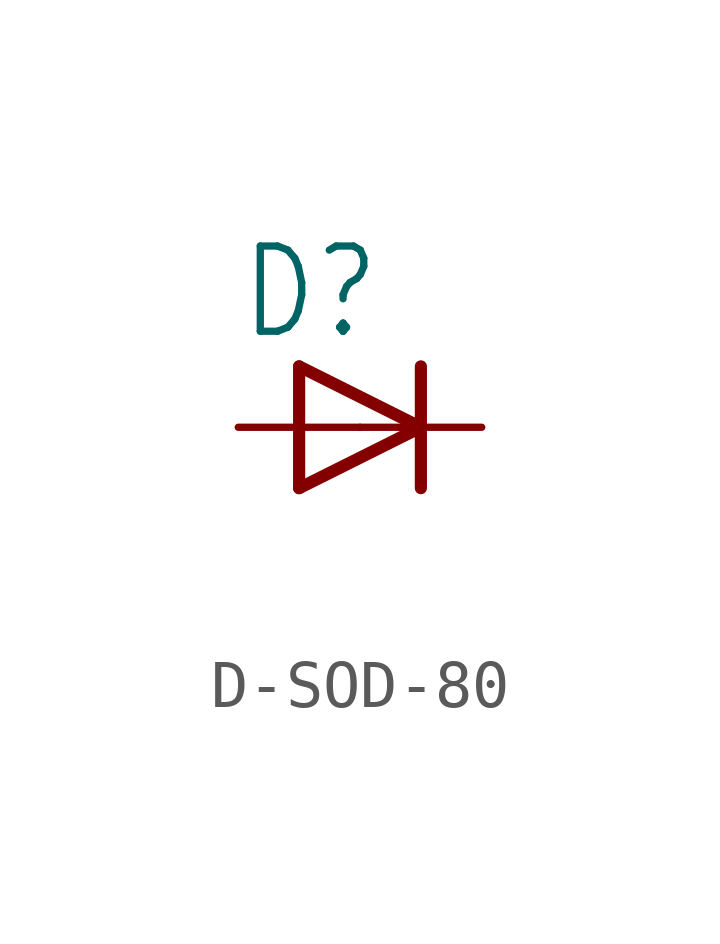
<source format=kicad_sym>
(kicad_symbol_lib
  (version 20220914)
  (generator kicad_symbol_editor)
  (symbol "D-SOD-80"
    (property "Reference" "D"
      (at -2.54 1.778 0)
      (effects (font (size 1.778 1.511)) (justify left bottom)))
    (property "Value" ""
      (at -2.54 -3.683 0)
      (effects (font (size 1.778 1.511)) (justify left bottom)))
    (property "ki_locked" ""
      (at 0 0 0)
      (effects (font (size 1.27 1.27))))
    (symbol "D-SOD-80_1_0"
      (polyline (pts (xy -1.27 -1.27) (xy 1.27 0)) (stroke (width 0.254) (type solid)) (fill (type none)))
      (polyline (pts (xy -1.27 1.27) (xy -1.27 -1.27)) (stroke (width 0.254) (type solid)) (fill (type none)))
      (polyline (pts (xy 1.27 0) (xy -1.27 1.27)) (stroke (width 0.254) (type solid)) (fill (type none)))
      (polyline (pts (xy 1.27 0) (xy 1.27 -1.27)) (stroke (width 0.254) (type solid)) (fill (type none)))
      (polyline (pts (xy 1.27 1.27) (xy 1.27 0)) (stroke (width 0.254) (type solid)) (fill (type none)))
      (pin passive line (at 2.54 0 180) (length 2.54) (name "C" (effects (font (size 0 0)))) (number "1" (effects (font (size 0 0)))))
      (pin passive line (at -2.54 0 0) (length 2.54) (name "A" (effects (font (size 0 0)))) (number "2" (effects (font (size 0 0))))))))
</source>
